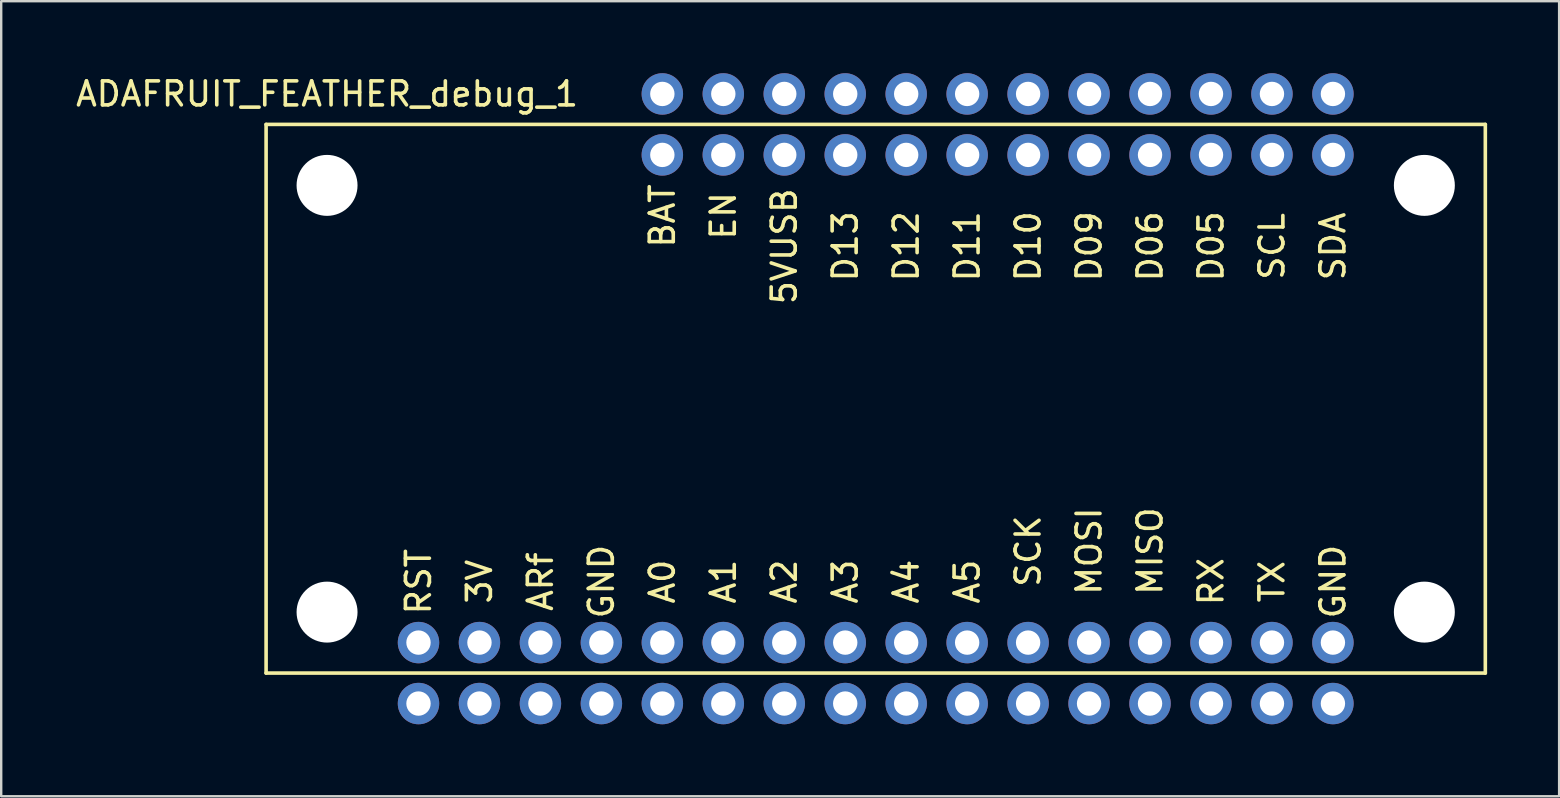
<source format=kicad_pcb>
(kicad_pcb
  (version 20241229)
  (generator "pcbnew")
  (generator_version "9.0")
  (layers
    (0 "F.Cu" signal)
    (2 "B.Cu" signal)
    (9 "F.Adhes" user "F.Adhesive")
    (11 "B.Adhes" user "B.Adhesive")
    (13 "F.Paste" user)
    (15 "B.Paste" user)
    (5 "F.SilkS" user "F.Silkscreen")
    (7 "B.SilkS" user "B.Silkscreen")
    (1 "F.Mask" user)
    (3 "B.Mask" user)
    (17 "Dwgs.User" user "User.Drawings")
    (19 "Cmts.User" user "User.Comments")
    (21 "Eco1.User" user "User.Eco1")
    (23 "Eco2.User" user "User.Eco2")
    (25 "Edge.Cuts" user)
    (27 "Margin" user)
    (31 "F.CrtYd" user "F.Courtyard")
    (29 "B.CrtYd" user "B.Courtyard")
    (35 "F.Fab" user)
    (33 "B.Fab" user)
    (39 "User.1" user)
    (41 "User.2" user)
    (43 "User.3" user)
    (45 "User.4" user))
  (footprint "ADAFRUIT_FEATHER_debug_1"
    (layer "F.Cu")
    (at 52.487 23.724)
    (property "Reference" "ADAFRUIT_FEATHER_debug_1" (at -41.91 -22.86 0) (layer "F.SilkS") (effects (font (size 1 1) (thickness 0.15))))
    (attr through_hole)
    (fp_line (start -44.45 -21.59) (end -44.45 1.27) (stroke (width 0.15) (type solid)) (layer "F.SilkS"))
    (fp_line (start -44.45 1.27) (end 6.35 1.27) (stroke (width 0.15) (type solid)) (layer "F.SilkS"))
    (fp_line (start 6.35 -21.59) (end -44.45 -21.59) (stroke (width 0.15) (type solid)) (layer "F.SilkS"))
    (fp_line (start 6.35 1.27) (end 6.35 -21.59) (stroke (width 0.15) (type solid)) (layer "F.SilkS"))
    (fp_text user "D11" (at -15.24 -16.51 90) (layer "F.SilkS") (effects (font (size 1 1) (thickness 0.15))))
    (fp_text user "ARf" (at -33.02 -2.54 90) (layer "F.SilkS") (effects (font (size 1 1) (thickness 0.15))))
    (fp_text user "GND" (at -30.48 -2.54 90) (layer "F.SilkS") (effects (font (size 1 1) (thickness 0.15))))
    (fp_text user "SCL" (at -2.54 -16.51 90) (layer "F.SilkS") (effects (font (size 1 1) (thickness 0.15))))
    (fp_text user "A2" (at -22.86 -2.54 90) (layer "F.SilkS") (effects (font (size 1 1) (thickness 0.15))))
    (fp_text user "MOSI" (at -10.16 -3.81 90) (layer "F.SilkS") (effects (font (size 1 1) (thickness 0.15))))
    (fp_text user "D05" (at -5.08 -16.51 90) (layer "F.SilkS") (effects (font (size 1 1) (thickness 0.15))))
    (fp_text user "EN" (at -25.4 -17.78 90) (layer "F.SilkS") (effects (font (size 1 1) (thickness 0.15))))
    (fp_text user "TX" (at -2.54 -2.54 90) (layer "F.SilkS") (effects (font (size 1 1) (thickness 0.15))))
    (fp_text user "MISO" (at -7.62 -3.81 90) (layer "F.SilkS") (effects (font (size 1 1) (thickness 0.15))))
    (fp_text user "5VUSB" (at -22.86 -16.51 90) (layer "F.SilkS") (effects (font (size 1 1) (thickness 0.15))))
    (fp_text user "D12" (at -17.78 -16.51 90) (layer "F.SilkS") (effects (font (size 1 1) (thickness 0.15))))
    (fp_text user "RX" (at -5.08 -2.54 90) (layer "F.SilkS") (effects (font (size 1 1) (thickness 0.15))))
    (fp_text user "A4" (at -17.78 -2.54 90) (layer "F.SilkS") (effects (font (size 1 1) (thickness 0.15))))
    (fp_text user "D10" (at -12.7 -16.51 90) (layer "F.SilkS") (effects (font (size 1 1) (thickness 0.15))))
    (fp_text user "A0" (at -27.94 -2.54 90) (layer "F.SilkS") (effects (font (size 1 1) (thickness 0.15))))
    (fp_text user "A5" (at -15.24 -2.54 90) (layer "F.SilkS") (effects (font (size 1 1) (thickness 0.15))))
    (fp_text user "RST" (at -38.1 -2.54 90) (layer "F.SilkS") (effects (font (size 1 1) (thickness 0.15))))
    (fp_text user "A1" (at -25.4 -2.54 90) (layer "F.SilkS") (effects (font (size 1 1) (thickness 0.15))))
    (fp_text user "A3" (at -20.32 -2.54 90) (layer "F.SilkS") (effects (font (size 1 1) (thickness 0.15))))
    (fp_text user "BAT" (at -27.94 -17.78 90) (layer "F.SilkS") (effects (font (size 1 1) (thickness 0.15))))
    (fp_text user "D13" (at -20.32 -16.51 90) (layer "F.SilkS") (effects (font (size 1 1) (thickness 0.15))))
    (fp_text user "D06" (at -7.62 -16.51 90) (layer "F.SilkS") (effects (font (size 1 1) (thickness 0.15))))
    (fp_text user "3V" (at -35.56 -2.54 90) (layer "F.SilkS") (effects (font (size 1 1) (thickness 0.15))))
    (fp_text user "SDA" (at 0 -16.51 90) (layer "F.SilkS") (effects (font (size 1 1) (thickness 0.15))))
    (fp_text user "D09" (at -10.16 -16.51 90) (layer "F.SilkS") (effects (font (size 1 1) (thickness 0.15))))
    (fp_text user "SCK" (at -12.7 -3.81 90) (layer "F.SilkS") (effects (font (size 1 1) (thickness 0.15))))
    (fp_text user "GND" (at 0 -2.54 90) (layer "F.SilkS") (effects (font (size 1 1) (thickness 0.15))))
    (pad "" np_thru_hole circle (at -41.91 -19.05) (size 2.54 2.54) (drill 2.54) (layers "*.Cu" "*.Mask"))
    (pad "" np_thru_hole circle (at -41.91 -1.27) (size 2.54 2.54) (drill 2.54) (layers "*.Cu" "*.Mask"))
    (pad "" np_thru_hole circle (at 3.81 -19.05) (size 2.54 2.54) (drill 2.54) (layers "*.Cu" "*.Mask"))
    (pad "" np_thru_hole circle (at 3.81 -1.27) (size 2.54 2.54) (drill 2.54) (layers "*.Cu" "*.Mask"))
    (pad "3V" thru_hole circle (at -35.56 0) (size 1.727 1.727) (drill 1.016) (layers "*.Cu" "*.Mask"))
    (pad "3V" thru_hole circle (at -35.56 2.54) (size 1.727 1.727) (drill 1.016) (layers "*.Cu" "*.Mask"))
    (pad "A0" thru_hole circle (at -27.94 0) (size 1.727 1.727) (drill 1.016) (layers "*.Cu" "*.Mask"))
    (pad "A0" thru_hole circle (at -27.94 2.54) (size 1.727 1.727) (drill 1.016) (layers "*.Cu" "*.Mask"))
    (pad "A1" thru_hole circle (at -25.4 0) (size 1.727 1.727) (drill 1.016) (layers "*.Cu" "*.Mask"))
    (pad "A1" thru_hole circle (at -25.4 2.54) (size 1.727 1.727) (drill 1.016) (layers "*.Cu" "*.Mask"))
    (pad "A2" thru_hole circle (at -22.86 0) (size 1.727 1.727) (drill 1.016) (layers "*.Cu" "*.Mask"))
    (pad "A2" thru_hole circle (at -22.86 2.54) (size 1.727 1.727) (drill 1.016) (layers "*.Cu" "*.Mask"))
    (pad "A3" thru_hole circle (at -20.32 0) (size 1.727 1.727) (drill 1.016) (layers "*.Cu" "*.Mask"))
    (pad "A3" thru_hole circle (at -20.32 2.54) (size 1.727 1.727) (drill 1.016) (layers "*.Cu" "*.Mask"))
    (pad "A4" thru_hole circle (at -17.78 0) (size 1.727 1.727) (drill 1.016) (layers "*.Cu" "*.Mask"))
    (pad "A4" thru_hole circle (at -17.78 2.54) (size 1.727 1.727) (drill 1.016) (layers "*.Cu" "*.Mask"))
    (pad "A5" thru_hole circle (at -15.24 0) (size 1.727 1.727) (drill 1.016) (layers "*.Cu" "*.Mask"))
    (pad "A5" thru_hole circle (at -15.24 2.54) (size 1.727 1.727) (drill 1.016) (layers "*.Cu" "*.Mask"))
    (pad "ARf" thru_hole circle (at -33.02 0) (size 1.727 1.727) (drill 1.016) (layers "*.Cu" "*.Mask"))
    (pad "ARf" thru_hole circle (at -33.02 2.54) (size 1.727 1.727) (drill 1.016) (layers "*.Cu" "*.Mask"))
    (pad "BAT" thru_hole circle (at -27.94 -22.86) (size 1.727 1.727) (drill 1.016) (layers "*.Cu" "*.Mask"))
    (pad "BAT" thru_hole circle (at -27.94 -20.32) (size 1.727 1.727) (drill 1.016) (layers "*.Cu" "*.Mask"))
    (pad "D05" thru_hole circle (at -5.08 -22.86) (size 1.727 1.727) (drill 1.016) (layers "*.Cu" "*.Mask"))
    (pad "D05" thru_hole circle (at -5.08 -20.32) (size 1.727 1.727) (drill 1.016) (layers "*.Cu" "*.Mask"))
    (pad "D06" thru_hole circle (at -7.62 -22.86) (size 1.727 1.727) (drill 1.016) (layers "*.Cu" "*.Mask"))
    (pad "D06" thru_hole circle (at -7.62 -20.32) (size 1.727 1.727) (drill 1.016) (layers "*.Cu" "*.Mask"))
    (pad "D09" thru_hole circle (at -10.16 -22.86) (size 1.727 1.727) (drill 1.016) (layers "*.Cu" "*.Mask"))
    (pad "D09" thru_hole circle (at -10.16 -20.32) (size 1.727 1.727) (drill 1.016) (layers "*.Cu" "*.Mask"))
    (pad "D10" thru_hole circle (at -12.7 -22.86) (size 1.727 1.727) (drill 1.016) (layers "*.Cu" "*.Mask"))
    (pad "D10" thru_hole circle (at -12.7 -20.32) (size 1.727 1.727) (drill 1.016) (layers "*.Cu" "*.Mask"))
    (pad "D11" thru_hole circle (at -15.24 -22.86) (size 1.727 1.727) (drill 1.016) (layers "*.Cu" "*.Mask"))
    (pad "D11" thru_hole circle (at -15.24 -20.32) (size 1.727 1.727) (drill 1.016) (layers "*.Cu" "*.Mask"))
    (pad "D12" thru_hole circle (at -17.78 -22.86) (size 1.727 1.727) (drill 1.016) (layers "*.Cu" "*.Mask"))
    (pad "D12" thru_hole circle (at -17.78 -20.32) (size 1.727 1.727) (drill 1.016) (layers "*.Cu" "*.Mask"))
    (pad "D13" thru_hole circle (at -20.32 -22.86) (size 1.727 1.727) (drill 1.016) (layers "*.Cu" "*.Mask"))
    (pad "D13" thru_hole circle (at -20.32 -20.32) (size 1.727 1.727) (drill 1.016) (layers "*.Cu" "*.Mask"))
    (pad "EN" thru_hole circle (at -25.4 -22.86) (size 1.727 1.727) (drill 1.016) (layers "*.Cu" "*.Mask"))
    (pad "EN" thru_hole circle (at -25.4 -20.32) (size 1.727 1.727) (drill 1.016) (layers "*.Cu" "*.Mask"))
    (pad "GND" thru_hole circle (at -30.48 0) (size 1.727 1.727) (drill 1.016) (layers "*.Cu" "*.Mask"))
    (pad "GND" thru_hole circle (at -30.48 2.54) (size 1.727 1.727) (drill 1.016) (layers "*.Cu" "*.Mask"))
    (pad "GND" thru_hole circle (at 0 0) (size 1.727 1.727) (drill 1.016) (layers "*.Cu" "*.Mask"))
    (pad "GND" thru_hole circle (at 0 2.54) (size 1.727 1.727) (drill 1.016) (layers "*.Cu" "*.Mask"))
    (pad "MISO" thru_hole circle (at -7.62 0) (size 1.727 1.727) (drill 1.016) (layers "*.Cu" "*.Mask"))
    (pad "MISO" thru_hole circle (at -7.62 2.54) (size 1.727 1.727) (drill 1.016) (layers "*.Cu" "*.Mask"))
    (pad "MOSI" thru_hole circle (at -10.16 0) (size 1.727 1.727) (drill 1.016) (layers "*.Cu" "*.Mask"))
    (pad "MOSI" thru_hole circle (at -10.16 2.54) (size 1.727 1.727) (drill 1.016) (layers "*.Cu" "*.Mask"))
    (pad "RST" thru_hole circle (at -38.1 0) (size 1.727 1.727) (drill 1.016) (layers "*.Cu" "*.Mask"))
    (pad "RST" thru_hole circle (at -38.1 2.54) (size 1.727 1.727) (drill 1.016) (layers "*.Cu" "*.Mask"))
    (pad "RX" thru_hole circle (at -5.08 0) (size 1.727 1.727) (drill 1.016) (layers "*.Cu" "*.Mask"))
    (pad "RX" thru_hole circle (at -5.08 2.54) (size 1.727 1.727) (drill 1.016) (layers "*.Cu" "*.Mask"))
    (pad "SCK" thru_hole circle (at -12.7 0) (size 1.727 1.727) (drill 1.016) (layers "*.Cu" "*.Mask"))
    (pad "SCK" thru_hole circle (at -12.7 2.54) (size 1.727 1.727) (drill 1.016) (layers "*.Cu" "*.Mask"))
    (pad "SCL" thru_hole circle (at -2.54 -22.86) (size 1.727 1.727) (drill 1.016) (layers "*.Cu" "*.Mask"))
    (pad "SCL" thru_hole circle (at -2.54 -20.32) (size 1.727 1.727) (drill 1.016) (layers "*.Cu" "*.Mask"))
    (pad "SDA" thru_hole circle (at 0 -22.86) (size 1.727 1.727) (drill 1.016) (layers "*.Cu" "*.Mask"))
    (pad "SDA" thru_hole circle (at 0 -20.32) (size 1.727 1.727) (drill 1.016) (layers "*.Cu" "*.Mask"))
    (pad "TX" thru_hole circle (at -2.54 0) (size 1.727 1.727) (drill 1.016) (layers "*.Cu" "*.Mask"))
    (pad "TX" thru_hole circle (at -2.54 2.54) (size 1.727 1.727) (drill 1.016) (layers "*.Cu" "*.Mask"))
    (pad "USB" thru_hole circle (at -22.86 -22.86) (size 1.727 1.727) (drill 1.016) (layers "*.Cu" "*.Mask"))
    (pad "USB" thru_hole circle (at -22.86 -20.32) (size 1.727 1.727) (drill 1.016) (layers "*.Cu" "*.Mask")))
  (gr_rect
    (start -3 -3)
    (end 61.912 30.127)
    (stroke (width 0.1) (type default))
    (fill no)
    (layer "Edge.Cuts")))
</source>
